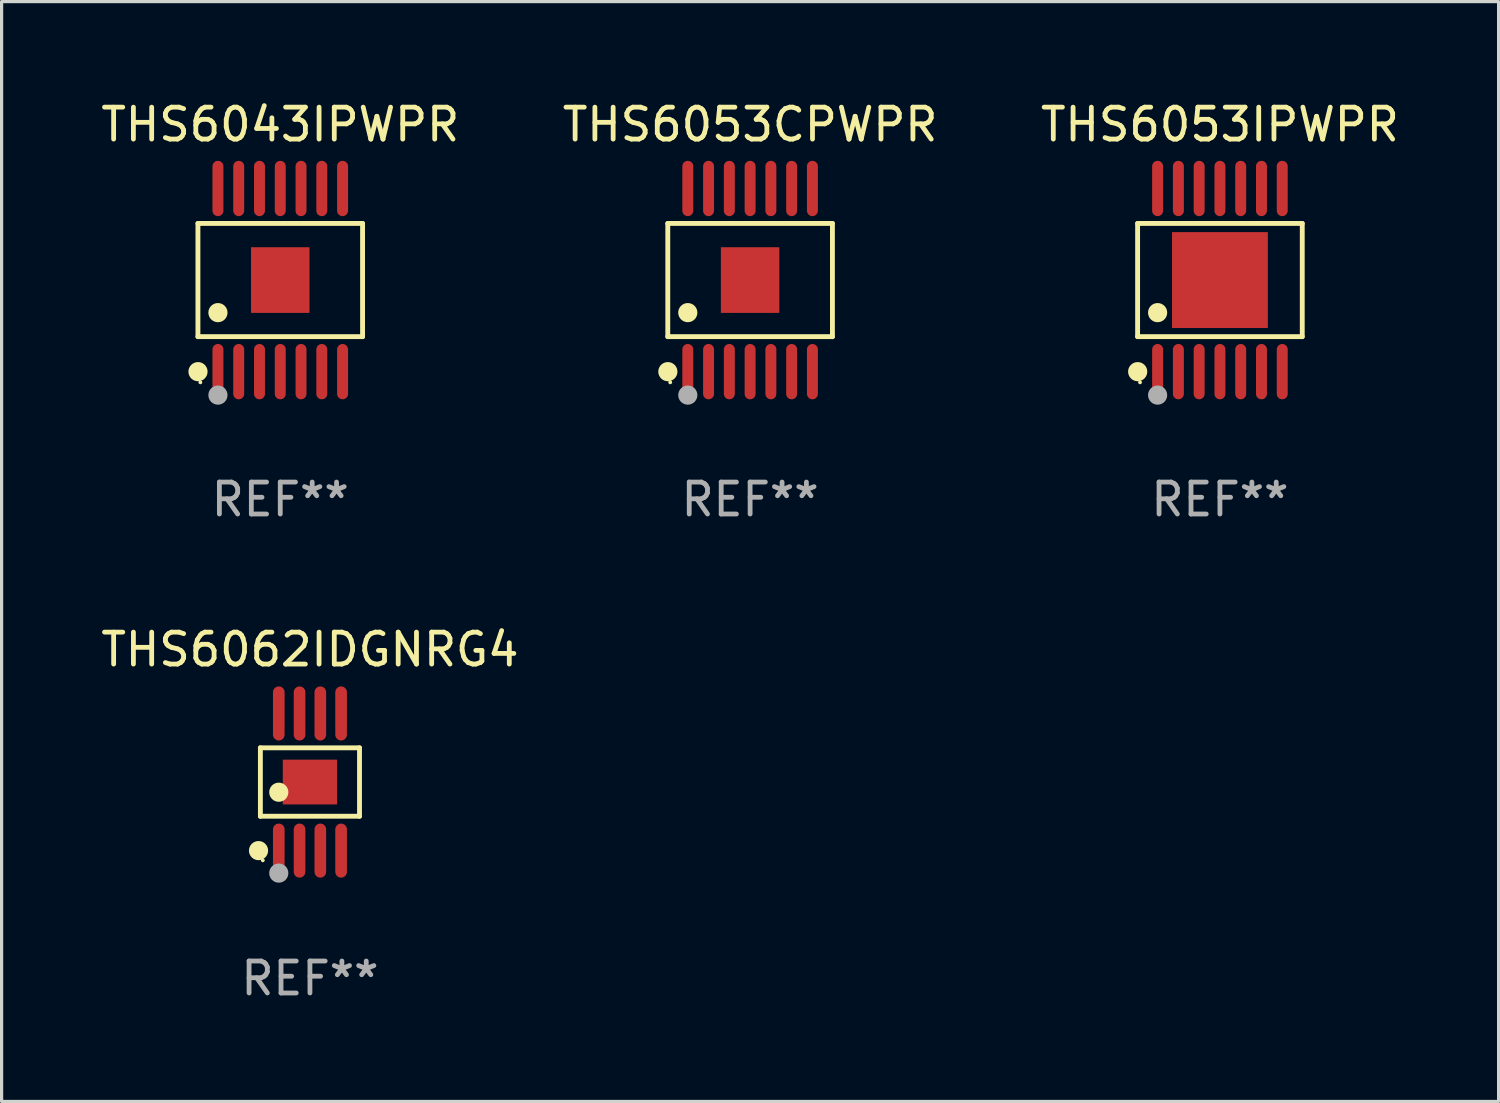
<source format=kicad_pcb>
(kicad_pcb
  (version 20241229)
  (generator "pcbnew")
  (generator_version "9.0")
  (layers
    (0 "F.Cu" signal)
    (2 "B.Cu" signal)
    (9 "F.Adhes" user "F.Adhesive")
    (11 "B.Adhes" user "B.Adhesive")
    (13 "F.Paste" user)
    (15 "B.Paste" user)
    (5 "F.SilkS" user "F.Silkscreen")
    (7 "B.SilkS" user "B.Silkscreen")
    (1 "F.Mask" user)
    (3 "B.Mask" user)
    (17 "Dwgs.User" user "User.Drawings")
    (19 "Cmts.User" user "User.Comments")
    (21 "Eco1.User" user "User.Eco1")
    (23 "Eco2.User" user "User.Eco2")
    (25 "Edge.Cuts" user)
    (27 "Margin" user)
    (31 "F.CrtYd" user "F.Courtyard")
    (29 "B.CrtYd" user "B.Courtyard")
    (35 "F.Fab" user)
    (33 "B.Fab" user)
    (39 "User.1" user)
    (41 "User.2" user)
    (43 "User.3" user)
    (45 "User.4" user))
  (footprint "THS6053CPWPR"
    (layer "F.Cu")
    (at 20.423 5.714)
    (property "Reference" "THS6053CPWPR" (at 0 -4.866 0) (layer "F.SilkS") (effects (font (size 1 1) (thickness 0.15))))
    (attr through_hole)
    (fp_line (start -2.576 -1.772) (end 2.576 -1.772) (stroke (width 0.152) (type solid)) (layer "F.SilkS"))
    (fp_line (start -2.576 1.771) (end -2.576 -1.772) (stroke (width 0.152) (type solid)) (layer "F.SilkS"))
    (fp_line (start 2.576 -1.772) (end 2.576 1.771) (stroke (width 0.152) (type solid)) (layer "F.SilkS"))
    (fp_line (start 2.576 1.771) (end -2.576 1.771) (stroke (width 0.152) (type solid)) (layer "F.SilkS"))
    (fp_circle (center -2.574 2.866) (end -2.424 2.866) (stroke (width 0.3) (type solid)) (fill no) (layer "F.SilkS"))
    (fp_circle (center -2.5 3.2) (end -2.47 3.2) (stroke (width 0.06) (type solid)) (fill no) (layer "F.SilkS"))
    (fp_circle (center -1.95 1.019) (end -1.8 1.019) (stroke (width 0.3) (type solid)) (fill no) (layer "F.SilkS"))
    (fp_circle (center -1.95 3.6) (end -1.8 3.6) (stroke (width 0.3) (type solid)) (fill no) (layer "F.Fab"))
    (fp_text user "REF**" (at 0 6.866 0) (layer "F.Fab") (effects (font (size 1 1) (thickness 0.15))))
    (pad "1" smd oval (at -1.95 2.866) (size 0.343 1.731) (layers "F.Cu" "F.Mask" "F.Paste"))
    (pad "2" smd oval (at -1.3 2.866) (size 0.343 1.731) (layers "F.Cu" "F.Mask" "F.Paste"))
    (pad "3" smd oval (at -0.65 2.866) (size 0.343 1.731) (layers "F.Cu" "F.Mask" "F.Paste"))
    (pad "4" smd oval (at 0 2.866) (size 0.343 1.731) (layers "F.Cu" "F.Mask" "F.Paste"))
    (pad "5" smd oval (at 0.65 2.866) (size 0.343 1.731) (layers "F.Cu" "F.Mask" "F.Paste"))
    (pad "6" smd oval (at 1.3 2.866) (size 0.343 1.731) (layers "F.Cu" "F.Mask" "F.Paste"))
    (pad "7" smd oval (at 1.95 2.866) (size 0.343 1.731) (layers "F.Cu" "F.Mask" "F.Paste"))
    (pad "8" smd oval (at 1.95 -2.866) (size 0.343 1.731) (layers "F.Cu" "F.Mask" "F.Paste"))
    (pad "9" smd oval (at 1.3 -2.866) (size 0.343 1.731) (layers "F.Cu" "F.Mask" "F.Paste"))
    (pad "10" smd oval (at 0.65 -2.866) (size 0.343 1.731) (layers "F.Cu" "F.Mask" "F.Paste"))
    (pad "11" smd oval (at 0 -2.866) (size 0.343 1.731) (layers "F.Cu" "F.Mask" "F.Paste"))
    (pad "12" smd oval (at -0.65 -2.866) (size 0.343 1.731) (layers "F.Cu" "F.Mask" "F.Paste"))
    (pad "13" smd oval (at -1.3 -2.866) (size 0.343 1.731) (layers "F.Cu" "F.Mask" "F.Paste"))
    (pad "14" smd oval (at -1.95 -2.866) (size 0.343 1.731) (layers "F.Cu" "F.Mask" "F.Paste"))
    (pad "15" smd rect (at 0 -0.000127) (size 1.83 2.055) (layers "F.Cu" "F.Mask" "F.Paste")))
  (footprint "THS6053IPWPR"
    (layer "F.Cu")
    (at 35.125 5.714)
    (property "Reference" "THS6053IPWPR" (at 0 -4.866 0) (layer "F.SilkS") (effects (font (size 1 1) (thickness 0.15))))
    (attr through_hole)
    (fp_line (start -2.576 -1.772) (end 2.576 -1.772) (stroke (width 0.152) (type solid)) (layer "F.SilkS"))
    (fp_line (start -2.576 1.771) (end -2.576 -1.772) (stroke (width 0.152) (type solid)) (layer "F.SilkS"))
    (fp_line (start 2.576 -1.772) (end 2.576 1.771) (stroke (width 0.152) (type solid)) (layer "F.SilkS"))
    (fp_line (start 2.576 1.771) (end -2.576 1.771) (stroke (width 0.152) (type solid)) (layer "F.SilkS"))
    (fp_circle (center -2.574 2.866) (end -2.424 2.866) (stroke (width 0.3) (type solid)) (fill no) (layer "F.SilkS"))
    (fp_circle (center -2.5 3.2) (end -2.47 3.2) (stroke (width 0.06) (type solid)) (fill no) (layer "F.SilkS"))
    (fp_circle (center -1.95 1.019) (end -1.8 1.019) (stroke (width 0.3) (type solid)) (fill no) (layer "F.SilkS"))
    (fp_circle (center -1.95 3.6) (end -1.8 3.6) (stroke (width 0.3) (type solid)) (fill no) (layer "F.Fab"))
    (fp_text user "REF**" (at 0 6.866 0) (layer "F.Fab") (effects (font (size 1 1) (thickness 0.15))))
    (pad "1" smd oval (at -1.95 2.866) (size 0.343 1.731) (layers "F.Cu" "F.Mask" "F.Paste"))
    (pad "2" smd oval (at -1.3 2.866) (size 0.343 1.731) (layers "F.Cu" "F.Mask" "F.Paste"))
    (pad "3" smd oval (at -0.65 2.866) (size 0.343 1.731) (layers "F.Cu" "F.Mask" "F.Paste"))
    (pad "4" smd oval (at 0 2.866) (size 0.343 1.731) (layers "F.Cu" "F.Mask" "F.Paste"))
    (pad "5" smd oval (at 0.65 2.866) (size 0.343 1.731) (layers "F.Cu" "F.Mask" "F.Paste"))
    (pad "6" smd oval (at 1.3 2.866) (size 0.343 1.731) (layers "F.Cu" "F.Mask" "F.Paste"))
    (pad "7" smd oval (at 1.95 2.866) (size 0.343 1.731) (layers "F.Cu" "F.Mask" "F.Paste"))
    (pad "8" smd oval (at 1.95 -2.866) (size 0.343 1.731) (layers "F.Cu" "F.Mask" "F.Paste"))
    (pad "9" smd oval (at 1.3 -2.866) (size 0.343 1.731) (layers "F.Cu" "F.Mask" "F.Paste"))
    (pad "10" smd oval (at 0.65 -2.866) (size 0.343 1.731) (layers "F.Cu" "F.Mask" "F.Paste"))
    (pad "11" smd oval (at 0 -2.866) (size 0.343 1.731) (layers "F.Cu" "F.Mask" "F.Paste"))
    (pad "12" smd oval (at -0.65 -2.866) (size 0.343 1.731) (layers "F.Cu" "F.Mask" "F.Paste"))
    (pad "13" smd oval (at -1.3 -2.866) (size 0.343 1.731) (layers "F.Cu" "F.Mask" "F.Paste"))
    (pad "14" smd oval (at -1.95 -2.866) (size 0.343 1.731) (layers "F.Cu" "F.Mask" "F.Paste"))
    (pad "15" smd rect (at 0 -0.000127) (size 3 3) (layers "F.Cu" "F.Mask" "F.Paste")))
  (footprint "THS6043IPWPR"
    (layer "F.Cu")
    (at 5.72 5.714)
    (property "Reference" "THS6043IPWPR" (at 0 -4.866 0) (layer "F.SilkS") (effects (font (size 1 1) (thickness 0.15))))
    (attr through_hole)
    (fp_line (start -2.576 -1.772) (end 2.576 -1.772) (stroke (width 0.152) (type solid)) (layer "F.SilkS"))
    (fp_line (start -2.576 1.771) (end -2.576 -1.772) (stroke (width 0.152) (type solid)) (layer "F.SilkS"))
    (fp_line (start 2.576 -1.772) (end 2.576 1.771) (stroke (width 0.152) (type solid)) (layer "F.SilkS"))
    (fp_line (start 2.576 1.771) (end -2.576 1.771) (stroke (width 0.152) (type solid)) (layer "F.SilkS"))
    (fp_circle (center -2.574 2.866) (end -2.424 2.866) (stroke (width 0.3) (type solid)) (fill no) (layer "F.SilkS"))
    (fp_circle (center -2.5 3.2) (end -2.47 3.2) (stroke (width 0.06) (type solid)) (fill no) (layer "F.SilkS"))
    (fp_circle (center -1.95 1.019) (end -1.8 1.019) (stroke (width 0.3) (type solid)) (fill no) (layer "F.SilkS"))
    (fp_circle (center -1.95 3.6) (end -1.8 3.6) (stroke (width 0.3) (type solid)) (fill no) (layer "F.Fab"))
    (fp_text user "REF**" (at 0 6.866 0) (layer "F.Fab") (effects (font (size 1 1) (thickness 0.15))))
    (pad "1" smd oval (at -1.95 2.866) (size 0.343 1.731) (layers "F.Cu" "F.Mask" "F.Paste"))
    (pad "2" smd oval (at -1.3 2.866) (size 0.343 1.731) (layers "F.Cu" "F.Mask" "F.Paste"))
    (pad "3" smd oval (at -0.65 2.866) (size 0.343 1.731) (layers "F.Cu" "F.Mask" "F.Paste"))
    (pad "4" smd oval (at 0 2.866) (size 0.343 1.731) (layers "F.Cu" "F.Mask" "F.Paste"))
    (pad "5" smd oval (at 0.65 2.866) (size 0.343 1.731) (layers "F.Cu" "F.Mask" "F.Paste"))
    (pad "6" smd oval (at 1.3 2.866) (size 0.343 1.731) (layers "F.Cu" "F.Mask" "F.Paste"))
    (pad "7" smd oval (at 1.95 2.866) (size 0.343 1.731) (layers "F.Cu" "F.Mask" "F.Paste"))
    (pad "8" smd oval (at 1.95 -2.866) (size 0.343 1.731) (layers "F.Cu" "F.Mask" "F.Paste"))
    (pad "9" smd oval (at 1.3 -2.866) (size 0.343 1.731) (layers "F.Cu" "F.Mask" "F.Paste"))
    (pad "10" smd oval (at 0.65 -2.866) (size 0.343 1.731) (layers "F.Cu" "F.Mask" "F.Paste"))
    (pad "11" smd oval (at 0 -2.866) (size 0.343 1.731) (layers "F.Cu" "F.Mask" "F.Paste"))
    (pad "12" smd oval (at -0.65 -2.866) (size 0.343 1.731) (layers "F.Cu" "F.Mask" "F.Paste"))
    (pad "13" smd oval (at -1.3 -2.866) (size 0.343 1.731) (layers "F.Cu" "F.Mask" "F.Paste"))
    (pad "14" smd oval (at -1.95 -2.866) (size 0.343 1.731) (layers "F.Cu" "F.Mask" "F.Paste"))
    (pad "15" smd rect (at 0 -0.000127) (size 1.83 2.055) (layers "F.Cu" "F.Mask" "F.Paste")))
  (footprint "THS6062IDGNRG4"
    (layer "F.Cu")
    (at 6.649 21.422)
    (property "Reference" "THS6062IDGNRG4" (at 0 -4.146 0) (layer "F.SilkS") (effects (font (size 1 1) (thickness 0.15))))
    (attr through_hole)
    (fp_line (start -1.551 -1.071) (end 1.551 -1.071) (stroke (width 0.152) (type solid)) (layer "F.SilkS"))
    (fp_line (start -1.551 1.071) (end -1.551 -1.071) (stroke (width 0.152) (type solid)) (layer "F.SilkS"))
    (fp_line (start 1.551 -1.071) (end 1.551 1.071) (stroke (width 0.152) (type solid)) (layer "F.SilkS"))
    (fp_line (start 1.551 1.071) (end -1.551 1.071) (stroke (width 0.152) (type solid)) (layer "F.SilkS"))
    (fp_circle (center -1.609 2.146) (end -1.459 2.146) (stroke (width 0.3) (type solid)) (fill no) (layer "F.SilkS"))
    (fp_circle (center -1.475 2.45) (end -1.445 2.45) (stroke (width 0.06) (type solid)) (fill no) (layer "F.SilkS"))
    (fp_circle (center -0.975 0.319) (end -0.825 0.319) (stroke (width 0.3) (type solid)) (fill no) (layer "F.SilkS"))
    (fp_circle (center -0.975 2.85) (end -0.825 2.85) (stroke (width 0.3) (type solid)) (fill no) (layer "F.Fab"))
    (fp_text user "REF**" (at 0 6.146 0) (layer "F.Fab") (effects (font (size 1 1) (thickness 0.15))))
    (pad "1" smd oval (at -0.975 2.146) (size 0.364 1.692) (layers "F.Cu" "F.Mask" "F.Paste"))
    (pad "2" smd oval (at -0.325 2.146) (size 0.364 1.692) (layers "F.Cu" "F.Mask" "F.Paste"))
    (pad "3" smd oval (at 0.325 2.146) (size 0.364 1.692) (layers "F.Cu" "F.Mask" "F.Paste"))
    (pad "4" smd oval (at 0.975 2.146) (size 0.364 1.692) (layers "F.Cu" "F.Mask" "F.Paste"))
    (pad "5" smd oval (at 0.975 -2.146) (size 0.364 1.692) (layers "F.Cu" "F.Mask" "F.Paste"))
    (pad "6" smd oval (at 0.325 -2.146) (size 0.364 1.692) (layers "F.Cu" "F.Mask" "F.Paste"))
    (pad "7" smd oval (at -0.325 -2.146) (size 0.364 1.692) (layers "F.Cu" "F.Mask" "F.Paste"))
    (pad "8" smd oval (at -0.975 -2.146) (size 0.364 1.692) (layers "F.Cu" "F.Mask" "F.Paste"))
    (pad "9" smd rect (at 0 0) (size 1.7 1.4) (layers "F.Cu" "F.Mask" "F.Paste")))
  (gr_rect
    (start -3 -3)
    (end 43.845 31.417)
    (stroke (width 0.1) (type default))
    (fill no)
    (layer "Edge.Cuts")))
</source>
